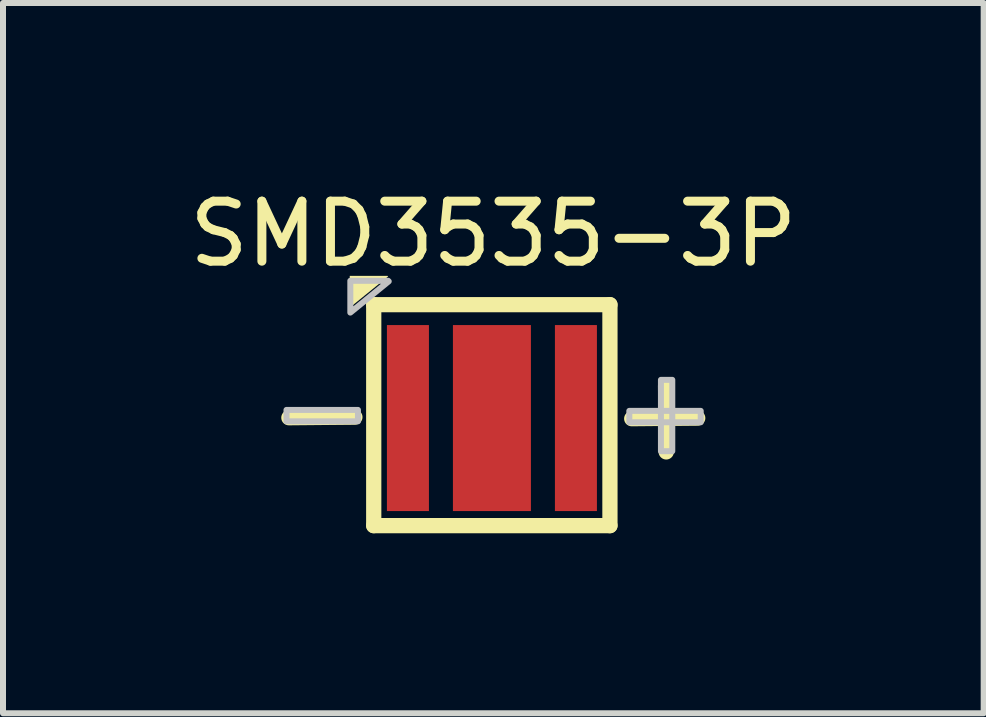
<source format=kicad_pcb>
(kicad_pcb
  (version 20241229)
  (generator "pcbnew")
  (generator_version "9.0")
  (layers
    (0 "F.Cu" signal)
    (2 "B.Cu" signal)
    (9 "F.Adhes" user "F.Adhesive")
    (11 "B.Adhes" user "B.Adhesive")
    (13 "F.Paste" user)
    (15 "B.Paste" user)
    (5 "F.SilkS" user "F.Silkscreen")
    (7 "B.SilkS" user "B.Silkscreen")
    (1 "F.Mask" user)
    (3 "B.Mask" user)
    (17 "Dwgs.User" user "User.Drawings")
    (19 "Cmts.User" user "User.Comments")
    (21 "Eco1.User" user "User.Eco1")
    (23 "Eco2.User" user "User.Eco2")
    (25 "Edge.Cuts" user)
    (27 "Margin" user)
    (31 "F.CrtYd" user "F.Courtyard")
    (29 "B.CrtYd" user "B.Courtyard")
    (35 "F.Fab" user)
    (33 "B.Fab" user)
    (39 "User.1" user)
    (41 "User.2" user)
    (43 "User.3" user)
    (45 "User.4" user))
  (footprint "SMD3535-3P"
    (layer "F.Cu")
    (at 5.149 3.918)
    (property "Reference" "SMD3535-3P" (at 0.023 -3.07 0) (layer "F.SilkS") (effects (font (size 1 1) (thickness 0.15))))
    (fp_line (start -3.384 -0.006) (end -2.284 -0.016) (stroke (width 0.254) (type default)) (layer "F.SilkS"))
    (fp_line (start -1.97 -1.89) (end 1.967 -1.89) (stroke (width 0.254) (type default)) (layer "F.SilkS"))
    (fp_line (start -1.97 1.793) (end -1.97 -1.89) (stroke (width 0.254) (type default)) (layer "F.SilkS"))
    (fp_line (start 1.967 -1.89) (end 1.967 1.793) (stroke (width 0.254) (type default)) (layer "F.SilkS"))
    (fp_line (start 1.967 1.793) (end -1.97 1.793) (stroke (width 0.254) (type default)) (layer "F.SilkS"))
    (fp_line (start 2.33 0.01) (end 3.43 0) (stroke (width 0.254) (type default)) (layer "F.SilkS"))
    (fp_line (start 2.905 0.564) (end 2.894 -0.536) (stroke (width 0.254) (type default)) (layer "F.SilkS"))
    (fp_poly (pts (xy -2.37 -1.84) (xy -2.37 -2.37) (xy -1.74 -2.37) (xy -1.73 -2.36)) (stroke (width 0) (type default)) (fill yes) (layer "F.SilkS"))
    (fp_poly (pts (xy -3.424 0.054) (xy -2.233 0.054) (xy -2.233 -0.136) (xy -3.424 -0.136)) (stroke (width 0.1) (type default)) (fill no) (layer "Dwgs.User"))
    (fp_poly (pts (xy -2.36 -1.758) (xy -2.36 -2.288) (xy -1.73 -2.288) (xy -1.72 -2.279)) (stroke (width 0.1) (type default)) (fill no) (layer "Dwgs.User"))
    (fp_poly (pts (xy 2.29 0.07) (xy 3.48 0.07) (xy 3.48 -0.12) (xy 2.29 -0.12)) (stroke (width 0.1) (type default)) (fill no) (layer "Dwgs.User"))
    (fp_poly (pts (xy 3.006 0.552) (xy 3.006 -0.637) (xy 2.817 -0.637) (xy 2.817 0.552)) (stroke (width 0.1) (type default)) (fill no) (layer "Dwgs.User"))
    (fp_poly (pts (xy -1.715 -1.395) (xy -1.085 -1.395) (xy -1.085 1.395) (xy -1.715 1.395)) (stroke (width 0.1) (type default)) (fill no) (layer "User.1"))
    (fp_poly (pts (xy -0.585 -1.395) (xy 0.585 -1.395) (xy 0.585 1.395) (xy -0.585 1.395)) (stroke (width 0.1) (type default)) (fill no) (layer "User.1"))
    (fp_poly (pts (xy 1.085 -1.395) (xy 1.715 -1.395) (xy 1.715 1.395) (xy 1.085 1.395)) (stroke (width 0.1) (type default)) (fill no) (layer "User.1"))
    (fp_line (start -1.75 -1.75) (end 1.75 -1.75) (stroke (width 0.051) (type default)) (layer "User.2"))
    (fp_line (start -1.75 1.75) (end -1.75 -1.75) (stroke (width 0.051) (type default)) (layer "User.2"))
    (fp_line (start 1.75 -1.75) (end 1.75 1.75) (stroke (width 0.051) (type default)) (layer "User.2"))
    (fp_line (start 1.75 1.75) (end -1.75 1.75) (stroke (width 0.051) (type default)) (layer "User.2"))
    (fp_poly (pts (xy 1.805 -1.773) (xy 1.773 -1.805) (xy 1.727 -1.805) (xy 1.695 -1.773) (xy 1.695 -1.727) (xy 1.727 -1.695) (xy 1.773 -1.695) (xy 1.805 -1.727)) (stroke (width 0.1) (type default)) (fill no) (layer "User.3"))
    (pad "1" smd rect (at 1.4 0) (size 0.7 3.1) (layers "F.Cu" "F.Mask" "F.Paste"))
    (pad "2" smd rect (at -1.4 0) (size 0.7 3.1) (layers "F.Cu" "F.Mask" "F.Paste"))
    (pad "3" smd rect (at 0 0) (size 1.3 3.1) (layers "F.Cu" "F.Mask" "F.Paste")))
  (gr_rect
    (start -3 -3)
    (end 13.345 8.838)
    (stroke (width 0.1) (type default))
    (fill no)
    (layer "Edge.Cuts")))
</source>
